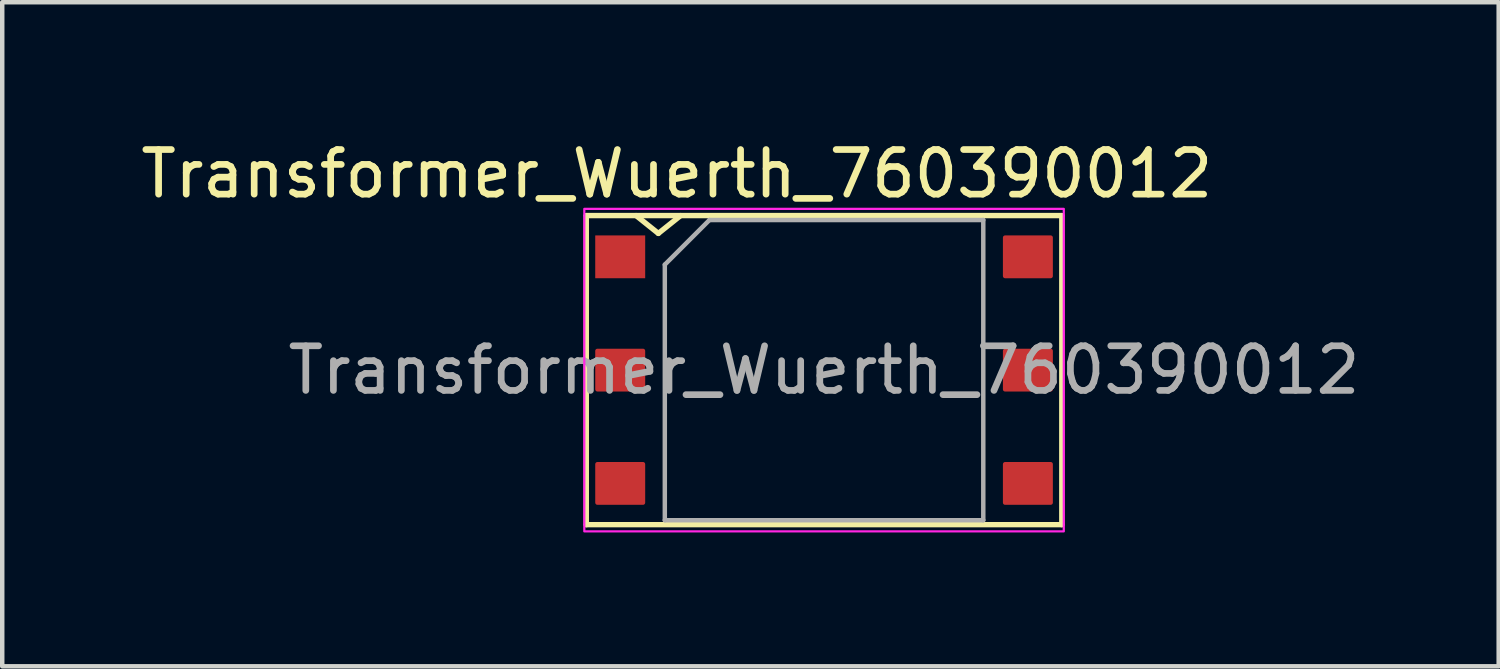
<source format=kicad_pcb>
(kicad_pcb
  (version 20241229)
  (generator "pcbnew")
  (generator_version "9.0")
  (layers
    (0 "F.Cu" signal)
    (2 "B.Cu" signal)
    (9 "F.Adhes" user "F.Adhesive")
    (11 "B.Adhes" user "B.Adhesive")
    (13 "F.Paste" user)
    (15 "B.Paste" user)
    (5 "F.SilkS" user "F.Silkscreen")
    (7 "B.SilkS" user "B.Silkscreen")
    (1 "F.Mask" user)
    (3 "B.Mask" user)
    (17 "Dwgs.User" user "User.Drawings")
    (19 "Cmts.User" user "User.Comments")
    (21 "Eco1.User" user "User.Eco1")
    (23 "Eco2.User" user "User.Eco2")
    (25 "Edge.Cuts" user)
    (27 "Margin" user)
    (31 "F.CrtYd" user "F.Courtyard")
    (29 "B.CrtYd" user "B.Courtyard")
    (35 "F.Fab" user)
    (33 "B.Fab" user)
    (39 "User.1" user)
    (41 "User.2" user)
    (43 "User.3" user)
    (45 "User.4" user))
  (footprint "Transformer_Wuerth_760390012"
    (layer "F.Cu")
    (at 15.425 5.248)
    (property "Reference" "Transformer_Wuerth_760390012" (at -3.3 -4.4 0) (layer "F.SilkS") (effects (font (size 1 1) (thickness 0.15))))
    (attr smd)
    (fp_line (start -5.33 -3.465) (end 5.33 -3.465) (stroke (width 0.12) (type solid)) (layer "F.SilkS"))
    (fp_line (start -5.33 3.465) (end -5.33 -3.465) (stroke (width 0.12) (type solid)) (layer "F.SilkS"))
    (fp_line (start -4.215 -3.465) (end -3.715 -3.065) (stroke (width 0.12) (type solid)) (layer "F.SilkS"))
    (fp_line (start -3.715 -3.065) (end -3.215 -3.465) (stroke (width 0.12) (type solid)) (layer "F.SilkS"))
    (fp_line (start 5.33 -3.465) (end 5.33 3.465) (stroke (width 0.12) (type solid)) (layer "F.SilkS"))
    (fp_line (start 5.33 3.465) (end -5.33 3.465) (stroke (width 0.12) (type solid)) (layer "F.SilkS"))
    (fp_rect (start -5.375 -3.615) (end 5.375 3.615) (stroke (width 0.05) (type default)) (fill no) (layer "F.CrtYd"))
    (fp_line (start -3.57 -2.365) (end -2.57 -3.365) (stroke (width 0.1) (type solid)) (layer "F.Fab"))
    (fp_line (start -3.57 3.365) (end -3.57 -2.365) (stroke (width 0.1) (type solid)) (layer "F.Fab"))
    (fp_line (start -2.57 -3.365) (end 3.57 -3.365) (stroke (width 0.1) (type solid)) (layer "F.Fab"))
    (fp_line (start 3.57 -3.365) (end 3.57 3.365) (stroke (width 0.1) (type solid)) (layer "F.Fab"))
    (fp_line (start 3.57 3.365) (end -3.57 3.365) (stroke (width 0.1) (type solid)) (layer "F.Fab"))
    (fp_text user "${REFERENCE}" (at 0 0 0) (layer "F.Fab") (effects (font (size 1 1) (thickness 0.15))))
    (pad "1" smd rect (at -4.57 -2.54) (size 1.12 0.96) (layers "F.Cu" "F.Mask" "F.Paste"))
    (pad "2" smd roundrect (at -4.57 0) (size 1.12 0.96) (layers "F.Cu" "F.Mask" "F.Paste") (roundrect_rratio 0.05))
    (pad "3" smd roundrect (at -4.57 2.54) (size 1.12 0.96) (layers "F.Cu" "F.Mask" "F.Paste") (roundrect_rratio 0.05))
    (pad "4" smd roundrect (at 4.57 2.54) (size 1.12 0.96) (layers "F.Cu" "F.Mask" "F.Paste") (roundrect_rratio 0.05))
    (pad "5" smd roundrect (at 4.57 0) (size 1.12 0.96) (layers "F.Cu" "F.Mask" "F.Paste") (roundrect_rratio 0.05))
    (pad "6" smd roundrect (at 4.57 -2.54) (size 1.12 0.96) (layers "F.Cu" "F.Mask" "F.Paste") (roundrect_rratio 0.05)))
  (gr_rect
    (start -3 -3)
    (end 30.55 11.888)
    (stroke (width 0.1) (type default))
    (fill no)
    (layer "Edge.Cuts")))
</source>
